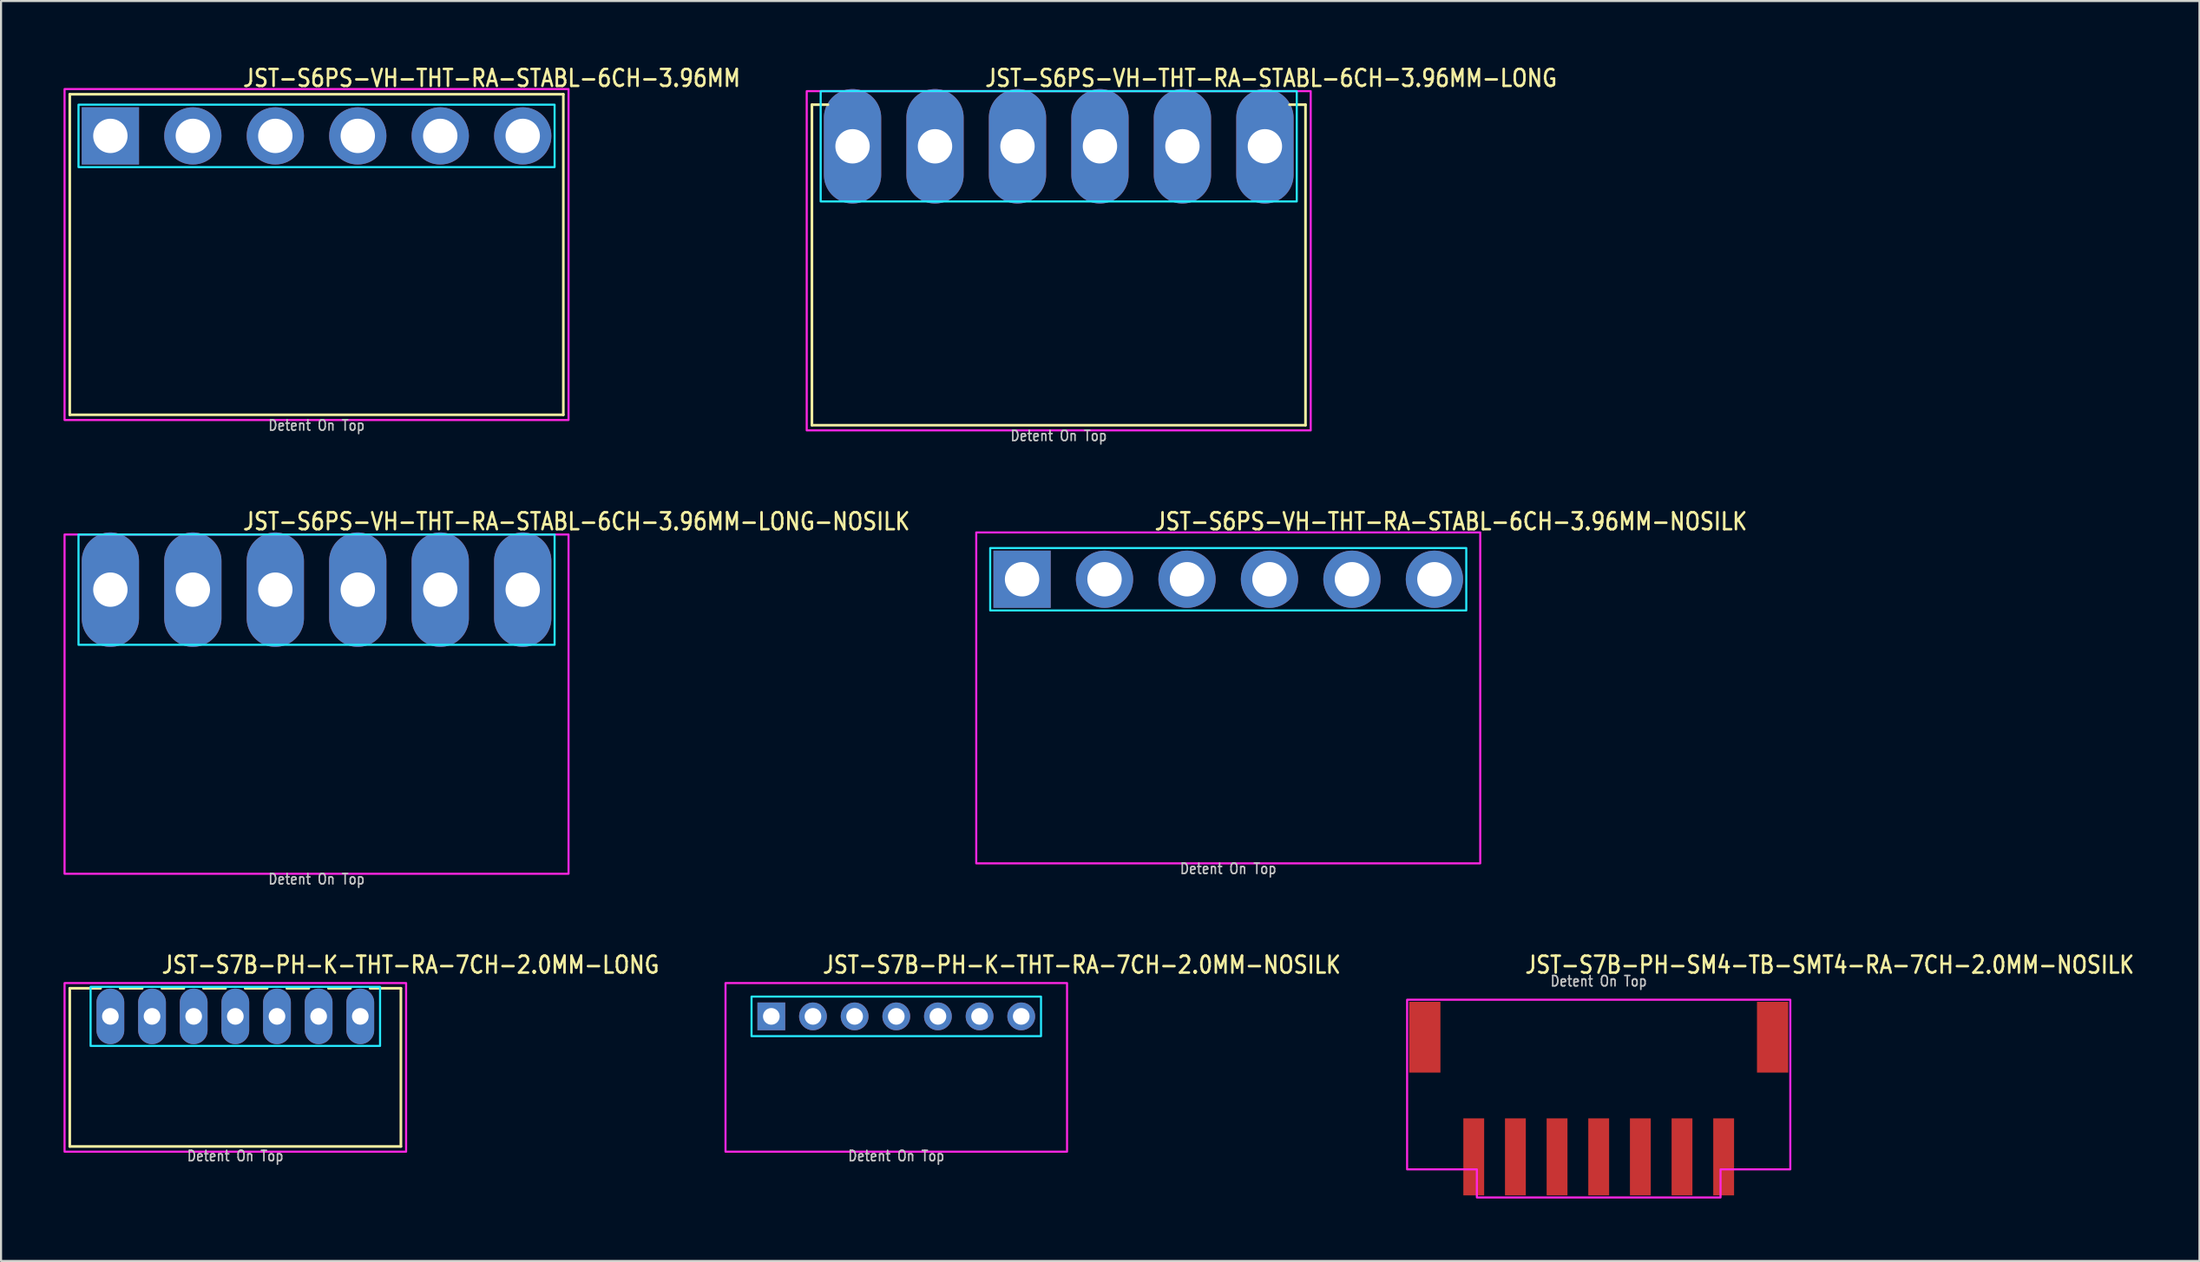
<source format=kicad_pcb>
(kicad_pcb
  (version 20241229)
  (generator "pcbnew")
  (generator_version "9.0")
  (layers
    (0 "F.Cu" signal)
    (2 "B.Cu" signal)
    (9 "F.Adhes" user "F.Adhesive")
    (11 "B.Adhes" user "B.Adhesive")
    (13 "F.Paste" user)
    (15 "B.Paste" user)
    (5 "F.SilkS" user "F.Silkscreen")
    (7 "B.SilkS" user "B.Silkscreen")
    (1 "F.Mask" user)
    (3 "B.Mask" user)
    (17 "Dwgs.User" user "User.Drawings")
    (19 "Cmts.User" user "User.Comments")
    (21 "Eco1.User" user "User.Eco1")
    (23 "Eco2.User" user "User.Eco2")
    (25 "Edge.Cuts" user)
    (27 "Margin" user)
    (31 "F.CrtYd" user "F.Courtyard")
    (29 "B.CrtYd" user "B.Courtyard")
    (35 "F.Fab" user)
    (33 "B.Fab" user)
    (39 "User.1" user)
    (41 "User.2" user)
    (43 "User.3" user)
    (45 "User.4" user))
  (footprint "JST-S6PS-VH-THT-RA-STABL-6CH-3.96MM-LONG"
    (layer "F.Cu")
    (at 47.787 3.979)
    (property "Reference" "JST-S6PS-VH-THT-RA-STABL-6CH-3.96MM-LONG" (at -3.6 -2.8 0) (unlocked yes) (layer "F.SilkS") (effects (font (size 0.813 0.695) (thickness 0.122)) (justify left bottom)))
    (fp_line (start -11.85 -2) (end -11.08 -2) (stroke (width 0.127) (type solid)) (layer "F.SilkS"))
    (fp_line (start -11.85 13.4) (end -11.85 -2) (stroke (width 0.127) (type solid)) (layer "F.SilkS"))
    (fp_line (start -11.85 13.4) (end 11.85 13.4) (stroke (width 0.127) (type solid)) (layer "F.SilkS"))
    (fp_line (start 11.85 -2) (end 11.08 -2) (stroke (width 0.127) (type solid)) (layer "F.SilkS"))
    (fp_line (start 11.85 -2) (end 11.85 13.4) (stroke (width 0.127) (type solid)) (layer "F.SilkS"))
    (fp_poly (pts (xy -11.43 -2.65) (xy -11.43 2.65) (xy 11.43 2.65) (xy 11.43 -2.65)) (stroke (width 0.1) (type solid)) (fill no) (layer "B.CrtYd"))
    (fp_poly (pts (xy -12.1 -2.65) (xy -12.1 13.65) (xy 12.1 13.65) (xy 12.1 -2.65)) (stroke (width 0.1) (type solid)) (fill no) (layer "F.CrtYd"))
    (fp_text user "Detent On Top" (at 0 14.2 0) (unlocked yes) (layer "Dwgs.User") (effects (font (size 0.5 0.427) (thickness 0.075)) (justify bottom)))
    (pad "P$1" thru_hole oval (at -9.9 0 90) (size 5.5 2.75) (drill 1.65) (layers "*.Cu" "*.Mask"))
    (pad "P$2" thru_hole oval (at -5.94 0 90) (size 5.5 2.75) (drill 1.65) (layers "*.Cu" "*.Mask"))
    (pad "P$3" thru_hole oval (at -1.98 0 90) (size 5.5 2.75) (drill 1.65) (layers "*.Cu" "*.Mask"))
    (pad "P$4" thru_hole oval (at 1.98 0 90) (size 5.5 2.75) (drill 1.65) (layers "*.Cu" "*.Mask"))
    (pad "P$5" thru_hole oval (at 5.94 0 90) (size 5.5 2.75) (drill 1.65) (layers "*.Cu" "*.Mask"))
    (pad "P$6" thru_hole oval (at 9.9 0 90) (size 5.5 2.75) (drill 1.65) (layers "*.Cu" "*.Mask")))
  (footprint "JST-S7B-PH-SM4-TB-SMT4-RA-7CH-2.0MM-NOSILK"
    (layer "F.Cu")
    (at 73.716 46.782)
    (property "Reference" "JST-S7B-PH-SM4-TB-SMT4-RA-7CH-2.0MM-NOSILK" (at -3.6 -3 0) (unlocked yes) (layer "F.SilkS") (effects (font (size 0.813 0.695) (thickness 0.122)) (justify left bottom)))
    (fp_poly (pts (xy -9.2 -1.8) (xy -9.2 6.35) (xy -5.85 6.35) (xy -5.85 7.7) (xy 5.85 7.7) (xy 5.85 6.35) (xy 9.2 6.35) (xy 9.2 -1.8)) (stroke (width 0.1) (type solid)) (fill no) (layer "F.CrtYd"))
    (fp_text user "Detent On Top" (at 0 -2.4 0) (unlocked yes) (layer "Dwgs.User") (effects (font (size 0.5 0.427) (thickness 0.075)) (justify bottom)))
    (pad "1" smd rect (at 6 5.75) (size 1 3.7) (layers "F.Cu" "F.Mask" "F.Paste"))
    (pad "2" smd rect (at 4 5.75) (size 1 3.7) (layers "F.Cu" "F.Mask" "F.Paste"))
    (pad "3" smd rect (at 2 5.75) (size 1 3.7) (layers "F.Cu" "F.Mask" "F.Paste"))
    (pad "4" smd rect (at 0 5.75) (size 1 3.7) (layers "F.Cu" "F.Mask" "F.Paste"))
    (pad "5" smd rect (at -2 5.75) (size 1 3.7) (layers "F.Cu" "F.Mask" "F.Paste"))
    (pad "6" smd rect (at -4 5.75) (size 1 3.7) (layers "F.Cu" "F.Mask" "F.Paste"))
    (pad "7" smd rect (at -6 5.75) (size 1 3.7) (layers "F.Cu" "F.Mask" "F.Paste"))
    (pad "S_1" smd rect (at -8.35 0) (size 1.5 3.4) (layers "F.Cu" "F.Mask" "F.Paste"))
    (pad "S_2" smd rect (at 8.35 0) (size 1.5 3.4) (layers "F.Cu" "F.Mask" "F.Paste")))
  (footprint "JST-S6PS-VH-THT-RA-STABL-6CH-3.96MM"
    (layer "F.Cu")
    (at 12.15 3.479)
    (property "Reference" "JST-S6PS-VH-THT-RA-STABL-6CH-3.96MM" (at -3.6 -2.3 0) (unlocked yes) (layer "F.SilkS") (effects (font (size 0.813 0.695) (thickness 0.122)) (justify left bottom)))
    (fp_line (start -11.85 -2) (end 11.85 -2) (stroke (width 0.127) (type solid)) (layer "F.SilkS"))
    (fp_line (start -11.85 13.4) (end -11.85 -2) (stroke (width 0.127) (type solid)) (layer "F.SilkS"))
    (fp_line (start -11.85 13.4) (end 11.85 13.4) (stroke (width 0.127) (type solid)) (layer "F.SilkS"))
    (fp_line (start 11.85 -2) (end 11.85 13.4) (stroke (width 0.127) (type solid)) (layer "F.SilkS"))
    (fp_poly (pts (xy -11.43 -1.5) (xy -11.43 1.5) (xy 11.43 1.5) (xy 11.43 -1.5)) (stroke (width 0.1) (type solid)) (fill no) (layer "B.CrtYd"))
    (fp_poly (pts (xy -12.1 13.65) (xy 12.1 13.65) (xy 12.1 -2.25) (xy -12.1 -2.25)) (stroke (width 0.1) (type solid)) (fill no) (layer "F.CrtYd"))
    (fp_text user "Detent On Top" (at 0 14.2 0) (unlocked yes) (layer "Dwgs.User") (effects (font (size 0.5 0.427) (thickness 0.075)) (justify bottom)))
    (pad "1" thru_hole rect (at -9.9 0) (size 2.75 2.75) (drill 1.65) (layers "*.Cu" "*.Mask"))
    (pad "2" thru_hole oval (at -5.94 0) (size 2.75 2.75) (drill 1.65) (layers "*.Cu" "*.Mask"))
    (pad "3" thru_hole oval (at -1.98 0) (size 2.75 2.75) (drill 1.65) (layers "*.Cu" "*.Mask"))
    (pad "4" thru_hole oval (at 1.98 0) (size 2.75 2.75) (drill 1.65) (layers "*.Cu" "*.Mask"))
    (pad "5" thru_hole oval (at 5.94 0) (size 2.75 2.75) (drill 1.65) (layers "*.Cu" "*.Mask"))
    (pad "6" thru_hole oval (at 9.9 0) (size 2.75 2.75) (drill 1.65) (layers "*.Cu" "*.Mask")))
  (footprint "JST-S7B-PH-K-THT-RA-7CH-2.0MM-LONG"
    (layer "F.Cu")
    (at 8.25 45.782)
    (property "Reference" "JST-S7B-PH-K-THT-RA-7CH-2.0MM-LONG" (at -3.6 -2 0) (unlocked yes) (layer "F.SilkS") (effects (font (size 0.813 0.695) (thickness 0.122)) (justify left bottom)))
    (fp_line (start -7.95 -1.35) (end -6.471 -1.35) (stroke (width 0.127) (type solid)) (layer "F.SilkS"))
    (fp_line (start -7.95 6.25) (end -7.95 -1.35) (stroke (width 0.127) (type solid)) (layer "F.SilkS"))
    (fp_line (start -7.95 6.25) (end 7.95 6.25) (stroke (width 0.127) (type solid)) (layer "F.SilkS"))
    (fp_line (start -5.529 -1.35) (end -4.471 -1.35) (stroke (width 0.127) (type solid)) (layer "F.SilkS"))
    (fp_line (start -3.529 -1.35) (end -2.471 -1.35) (stroke (width 0.127) (type solid)) (layer "F.SilkS"))
    (fp_line (start -1.529 -1.35) (end -0.471 -1.35) (stroke (width 0.127) (type solid)) (layer "F.SilkS"))
    (fp_line (start 0.471 -1.35) (end 1.529 -1.35) (stroke (width 0.127) (type solid)) (layer "F.SilkS"))
    (fp_line (start 2.471 -1.35) (end 3.529 -1.35) (stroke (width 0.127) (type solid)) (layer "F.SilkS"))
    (fp_line (start 4.471 -1.35) (end 5.529 -1.35) (stroke (width 0.127) (type solid)) (layer "F.SilkS"))
    (fp_line (start 6.471 -1.35) (end 7.95 -1.35) (stroke (width 0.127) (type solid)) (layer "F.SilkS"))
    (fp_line (start 7.95 -1.35) (end 7.95 6.25) (stroke (width 0.127) (type solid)) (layer "F.SilkS"))
    (fp_poly (pts (xy -6.95 -1.42) (xy -6.95 1.42) (xy 6.95 1.42) (xy 6.95 -1.42)) (stroke (width 0.1) (type solid)) (fill no) (layer "B.CrtYd"))
    (fp_poly (pts (xy -8.2 -1.6) (xy -8.2 6.5) (xy 8.2 6.5) (xy 8.2 -1.6)) (stroke (width 0.1) (type solid)) (fill no) (layer "F.CrtYd"))
    (fp_text user "Detent On Top" (at 0 7 0) (unlocked yes) (layer "Dwgs.User") (effects (font (size 0.5 0.427) (thickness 0.075)) (justify bottom)))
    (pad "1" thru_hole oval (at -6 0 90) (size 2.667 1.333) (drill 0.8) (layers "*.Cu" "*.Mask"))
    (pad "2" thru_hole oval (at -4 0 90) (size 2.667 1.333) (drill 0.8) (layers "*.Cu" "*.Mask"))
    (pad "3" thru_hole oval (at -2 0 90) (size 2.667 1.333) (drill 0.8) (layers "*.Cu" "*.Mask"))
    (pad "4" thru_hole oval (at 0 0 90) (size 2.667 1.333) (drill 0.8) (layers "*.Cu" "*.Mask"))
    (pad "5" thru_hole oval (at 2 0 90) (size 2.667 1.333) (drill 0.8) (layers "*.Cu" "*.Mask"))
    (pad "6" thru_hole oval (at 4 0 90) (size 2.667 1.333) (drill 0.8) (layers "*.Cu" "*.Mask"))
    (pad "7" thru_hole oval (at 6 0 90) (size 2.667 1.333) (drill 0.8) (layers "*.Cu" "*.Mask")))
  (footprint "JST-S6PS-VH-THT-RA-STABL-6CH-3.96MM-NOSILK"
    (layer "F.Cu")
    (at 55.927 24.78)
    (property "Reference" "JST-S6PS-VH-THT-RA-STABL-6CH-3.96MM-NOSILK" (at -3.6 -2.3 0) (unlocked yes) (layer "F.SilkS") (effects (font (size 0.813 0.695) (thickness 0.122)) (justify left bottom)))
    (fp_poly (pts (xy -11.43 -1.5) (xy -11.43 1.5) (xy 11.43 1.5) (xy 11.43 -1.5)) (stroke (width 0.1) (type solid)) (fill no) (layer "B.CrtYd"))
    (fp_poly (pts (xy -12.1 13.65) (xy 12.1 13.65) (xy 12.1 -2.25) (xy -12.1 -2.25)) (stroke (width 0.1) (type solid)) (fill no) (layer "F.CrtYd"))
    (fp_text user "Detent On Top" (at 0 14.2 0) (unlocked yes) (layer "Dwgs.User") (effects (font (size 0.5 0.427) (thickness 0.075)) (justify bottom)))
    (pad "P$1" thru_hole rect (at -9.9 0) (size 2.75 2.75) (drill 1.65) (layers "*.Cu" "*.Mask"))
    (pad "P$2" thru_hole oval (at -5.94 0) (size 2.75 2.75) (drill 1.65) (layers "*.Cu" "*.Mask"))
    (pad "P$3" thru_hole oval (at -1.98 0) (size 2.75 2.75) (drill 1.65) (layers "*.Cu" "*.Mask"))
    (pad "P$4" thru_hole oval (at 1.98 0) (size 2.75 2.75) (drill 1.65) (layers "*.Cu" "*.Mask"))
    (pad "P$5" thru_hole oval (at 5.94 0) (size 2.75 2.75) (drill 1.65) (layers "*.Cu" "*.Mask"))
    (pad "P$6" thru_hole oval (at 9.9 0) (size 2.75 2.75) (drill 1.65) (layers "*.Cu" "*.Mask")))
  (footprint "JST-S6PS-VH-THT-RA-STABL-6CH-3.96MM-LONG-NOSILK"
    (layer "F.Cu")
    (at 12.15 25.28)
    (property "Reference" "JST-S6PS-VH-THT-RA-STABL-6CH-3.96MM-LONG-NOSILK" (at -3.6 -2.8 0) (unlocked yes) (layer "F.SilkS") (effects (font (size 0.813 0.695) (thickness 0.122)) (justify left bottom)))
    (fp_poly (pts (xy -11.43 -2.65) (xy -11.43 2.65) (xy 11.43 2.65) (xy 11.43 -2.65)) (stroke (width 0.1) (type solid)) (fill no) (layer "B.CrtYd"))
    (fp_poly (pts (xy -12.1 -2.65) (xy -12.1 13.65) (xy 12.1 13.65) (xy 12.1 -2.65)) (stroke (width 0.1) (type solid)) (fill no) (layer "F.CrtYd"))
    (fp_text user "Detent On Top" (at 0 14.2 0) (unlocked yes) (layer "Dwgs.User") (effects (font (size 0.5 0.427) (thickness 0.075)) (justify bottom)))
    (pad "1" thru_hole oval (at -9.9 0 90) (size 5.5 2.75) (drill 1.65) (layers "*.Cu" "*.Mask"))
    (pad "2" thru_hole oval (at -5.94 0 90) (size 5.5 2.75) (drill 1.65) (layers "*.Cu" "*.Mask"))
    (pad "3" thru_hole oval (at -1.98 0 90) (size 5.5 2.75) (drill 1.65) (layers "*.Cu" "*.Mask"))
    (pad "4" thru_hole oval (at 1.98 0 90) (size 5.5 2.75) (drill 1.65) (layers "*.Cu" "*.Mask"))
    (pad "5" thru_hole oval (at 5.94 0 90) (size 5.5 2.75) (drill 1.65) (layers "*.Cu" "*.Mask"))
    (pad "6" thru_hole oval (at 9.9 0 90) (size 5.5 2.75) (drill 1.65) (layers "*.Cu" "*.Mask")))
  (footprint "JST-S7B-PH-K-THT-RA-7CH-2.0MM-NOSILK"
    (layer "F.Cu")
    (at 39.987 45.782)
    (property "Reference" "JST-S7B-PH-K-THT-RA-7CH-2.0MM-NOSILK" (at -3.6 -2 0) (unlocked yes) (layer "F.SilkS") (effects (font (size 0.813 0.695) (thickness 0.122)) (justify left bottom)))
    (fp_poly (pts (xy -6.95 -0.95) (xy -6.95 0.95) (xy 6.95 0.95) (xy 6.95 -0.95)) (stroke (width 0.1) (type solid)) (fill no) (layer "B.CrtYd"))
    (fp_poly (pts (xy -8.2 -1.6) (xy -8.2 6.5) (xy 8.2 6.5) (xy 8.2 -1.6)) (stroke (width 0.1) (type solid)) (fill no) (layer "F.CrtYd"))
    (fp_text user "Detent On Top" (at 0 7 0) (unlocked yes) (layer "Dwgs.User") (effects (font (size 0.5 0.427) (thickness 0.075)) (justify bottom)))
    (pad "1" thru_hole rect (at -6 0) (size 1.333 1.333) (drill 0.8) (layers "*.Cu" "*.Mask"))
    (pad "2" thru_hole oval (at -4 0) (size 1.333 1.333) (drill 0.8) (layers "*.Cu" "*.Mask"))
    (pad "3" thru_hole oval (at -2 0) (size 1.333 1.333) (drill 0.8) (layers "*.Cu" "*.Mask"))
    (pad "4" thru_hole oval (at 0 0) (size 1.333 1.333) (drill 0.8) (layers "*.Cu" "*.Mask"))
    (pad "5" thru_hole oval (at 2 0) (size 1.333 1.333) (drill 0.8) (layers "*.Cu" "*.Mask"))
    (pad "6" thru_hole oval (at 4 0) (size 1.333 1.333) (drill 0.8) (layers "*.Cu" "*.Mask"))
    (pad "7" thru_hole oval (at 6 0) (size 1.333 1.333) (drill 0.8) (layers "*.Cu" "*.Mask")))
  (gr_rect
    (start -3 -3)
    (end 102.563 57.532)
    (stroke (width 0.1) (type default))
    (fill no)
    (layer "Edge.Cuts")))
</source>
